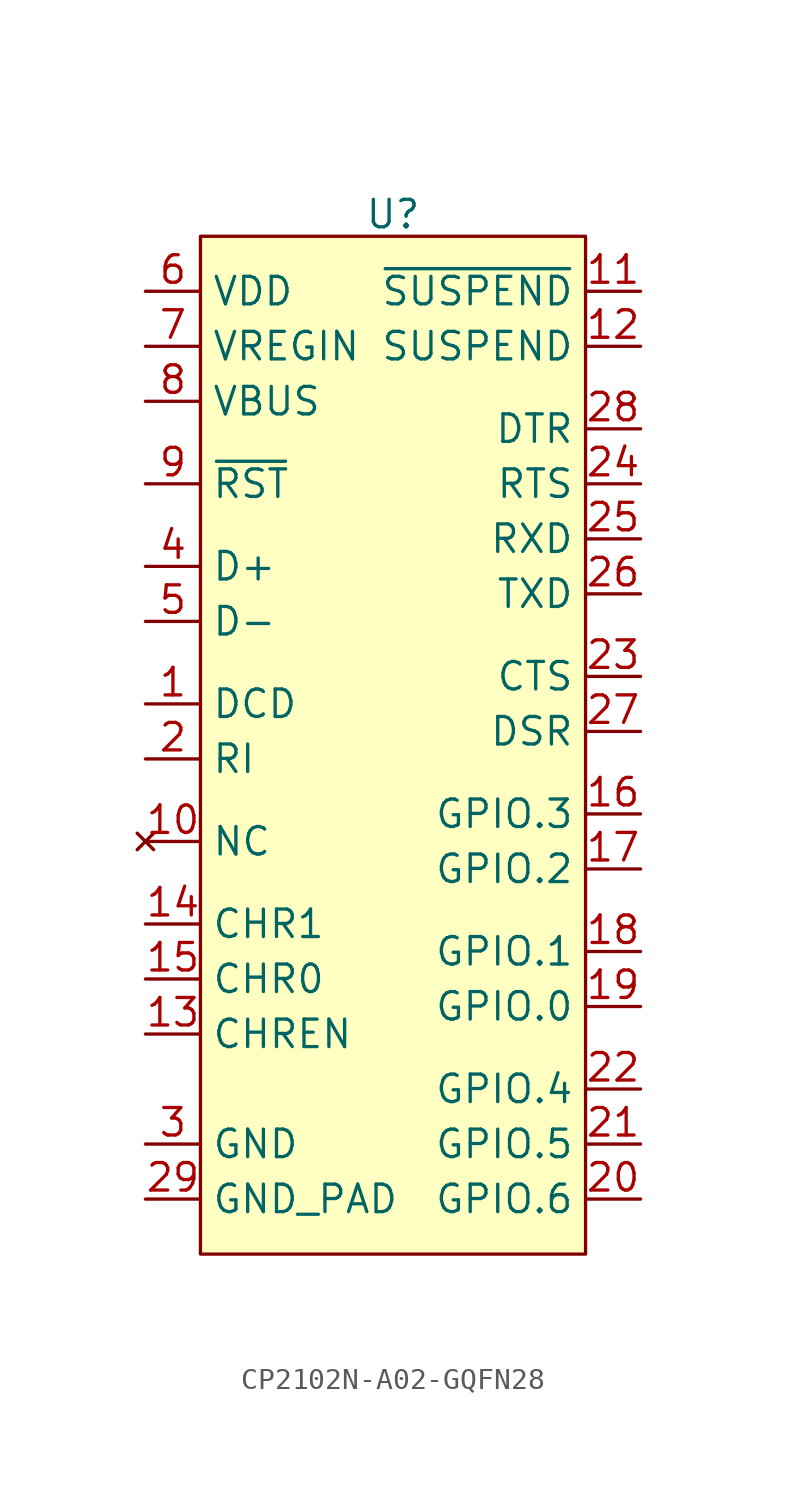
<source format=kicad_sym>
(kicad_symbol_lib
  (version 20231120)
  (generator "kicad_symbol_editor")
  (generator_version "8.0")
  (symbol "CP2102N-A02-GQFN28"
    (property "Reference" "U"
      (at 0 25.146 0)
      (effects (font (size 1.27 1.27))))
    (property "Value" ""
      (at -8.89 -13.97 0)
      (effects (font (size 1.27 1.27))))
    (symbol "CP2102N-A02-GQFN28_0_1"
      (rectangle (start -8.89 24.13) (end 8.89 -22.86) (stroke (width 0) (type default)) (fill (type background))))
    (symbol "CP2102N-A02-GQFN28_1_1"
      (pin input line (at -11.43 2.54 0) (length 2.54) (name "DCD" (effects (font (size 1.27 1.27)))) (number "1" (effects (font (size 1.27 1.27)))))
      (pin no_connect line (at -11.43 -3.81 0) (length 2.54) (name "NC" (effects (font (size 1.27 1.27)))) (number "10" (effects (font (size 1.27 1.27)))))
      (pin output line (at 11.43 21.59 180) (length 2.54) (name "~{SUSPEND}" (effects (font (size 1.27 1.27)))) (number "11" (effects (font (size 1.27 1.27)))))
      (pin output line (at 11.43 19.05 180) (length 2.54) (name "SUSPEND" (effects (font (size 1.27 1.27)))) (number "12" (effects (font (size 1.27 1.27)))))
      (pin output line (at -11.43 -12.7 0) (length 2.54) (name "CHREN" (effects (font (size 1.27 1.27)))) (number "13" (effects (font (size 1.27 1.27)))))
      (pin output line (at -11.43 -7.62 0) (length 2.54) (name "CHR1" (effects (font (size 1.27 1.27)))) (number "14" (effects (font (size 1.27 1.27)))))
      (pin output line (at -11.43 -10.16 0) (length 2.54) (name "CHR0" (effects (font (size 1.27 1.27)))) (number "15" (effects (font (size 1.27 1.27)))))
      (pin bidirectional line (at 11.43 -2.54 180) (length 2.54) (name "GPIO.3" (effects (font (size 1.27 1.27)))) (number "16" (effects (font (size 1.27 1.27)))) (alternate "WAKEUP" input line))
      (pin bidirectional line (at 11.43 -5.08 180) (length 2.54) (name "GPIO.2" (effects (font (size 1.27 1.27)))) (number "17" (effects (font (size 1.27 1.27)))) (alternate "RS485" output line))
      (pin bidirectional line (at 11.43 -8.89 180) (length 2.54) (name "GPIO.1" (effects (font (size 1.27 1.27)))) (number "18" (effects (font (size 1.27 1.27)))) (alternate "RXT" output line))
      (pin bidirectional line (at 11.43 -11.43 180) (length 2.54) (name "GPIO.0" (effects (font (size 1.27 1.27)))) (number "19" (effects (font (size 1.27 1.27)))) (alternate "TXT" output line))
      (pin input line (at -11.43 0 0) (length 2.54) (name "RI" (effects (font (size 1.27 1.27)))) (number "2" (effects (font (size 1.27 1.27)))) (alternate "CLK" output line))
      (pin bidirectional line (at 11.43 -20.32 180) (length 2.54) (name "GPIO.6" (effects (font (size 1.27 1.27)))) (number "20" (effects (font (size 1.27 1.27)))))
      (pin bidirectional line (at 11.43 -17.78 180) (length 2.54) (name "GPIO.5" (effects (font (size 1.27 1.27)))) (number "21" (effects (font (size 1.27 1.27)))))
      (pin bidirectional line (at 11.43 -15.24 180) (length 2.54) (name "GPIO.4" (effects (font (size 1.27 1.27)))) (number "22" (effects (font (size 1.27 1.27)))))
      (pin input line (at 11.43 3.81 180) (length 2.54) (name "CTS" (effects (font (size 1.27 1.27)))) (number "23" (effects (font (size 1.27 1.27)))))
      (pin output line (at 11.43 12.7 180) (length 2.54) (name "RTS" (effects (font (size 1.27 1.27)))) (number "24" (effects (font (size 1.27 1.27)))))
      (pin input line (at 11.43 10.16 180) (length 2.54) (name "RXD" (effects (font (size 1.27 1.27)))) (number "25" (effects (font (size 1.27 1.27)))))
      (pin output line (at 11.43 7.62 180) (length 2.54) (name "TXD" (effects (font (size 1.27 1.27)))) (number "26" (effects (font (size 1.27 1.27)))))
      (pin input line (at 11.43 1.27 180) (length 2.54) (name "DSR" (effects (font (size 1.27 1.27)))) (number "27" (effects (font (size 1.27 1.27)))))
      (pin output line (at 11.43 15.24 180) (length 2.54) (name "DTR" (effects (font (size 1.27 1.27)))) (number "28" (effects (font (size 1.27 1.27)))))
      (pin power_in line (at -11.43 -20.32 0) (length 2.54) (name "GND_PAD" (effects (font (size 1.27 1.27)))) (number "29" (effects (font (size 1.27 1.27)))))
      (pin power_in line (at -11.43 -17.78 0) (length 2.54) (name "GND" (effects (font (size 1.27 1.27)))) (number "3" (effects (font (size 1.27 1.27)))))
      (pin bidirectional line (at -11.43 8.89 0) (length 2.54) (name "D+" (effects (font (size 1.27 1.27)))) (number "4" (effects (font (size 1.27 1.27)))))
      (pin bidirectional line (at -11.43 6.35 0) (length 2.54) (name "D-" (effects (font (size 1.27 1.27)))) (number "5" (effects (font (size 1.27 1.27)))))
      (pin power_in line (at -11.43 21.59 0) (length 2.54) (name "VDD" (effects (font (size 1.27 1.27)))) (number "6" (effects (font (size 1.27 1.27)))))
      (pin power_in line (at -11.43 19.05 0) (length 2.54) (name "VREGIN" (effects (font (size 1.27 1.27)))) (number "7" (effects (font (size 1.27 1.27)))))
      (pin input line (at -11.43 16.51 0) (length 2.54) (name "VBUS" (effects (font (size 1.27 1.27)))) (number "8" (effects (font (size 1.27 1.27)))))
      (pin input line (at -11.43 12.7 0) (length 2.54) (name "~{RST}" (effects (font (size 1.27 1.27)))) (number "9" (effects (font (size 1.27 1.27))))))))
</source>
